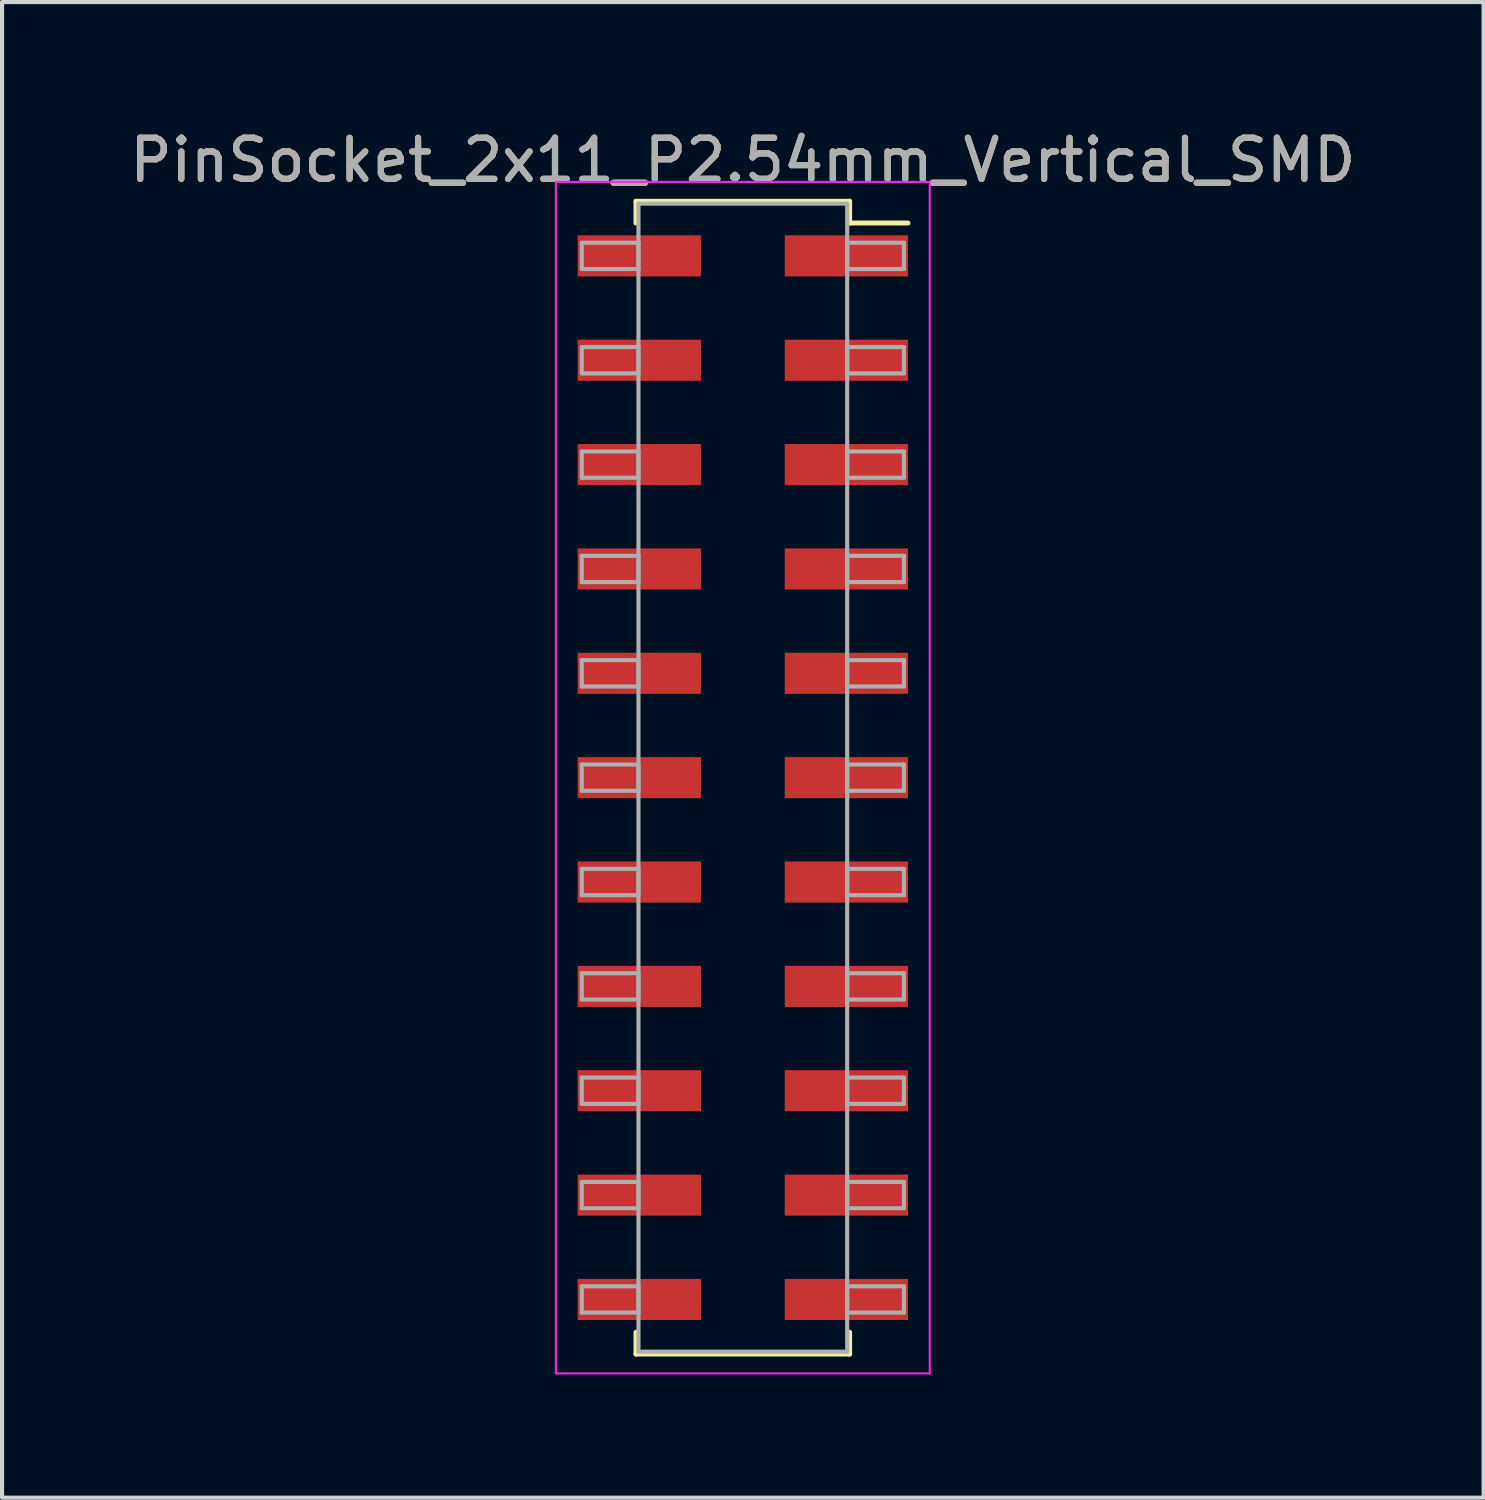
<source format=kicad_pcb>
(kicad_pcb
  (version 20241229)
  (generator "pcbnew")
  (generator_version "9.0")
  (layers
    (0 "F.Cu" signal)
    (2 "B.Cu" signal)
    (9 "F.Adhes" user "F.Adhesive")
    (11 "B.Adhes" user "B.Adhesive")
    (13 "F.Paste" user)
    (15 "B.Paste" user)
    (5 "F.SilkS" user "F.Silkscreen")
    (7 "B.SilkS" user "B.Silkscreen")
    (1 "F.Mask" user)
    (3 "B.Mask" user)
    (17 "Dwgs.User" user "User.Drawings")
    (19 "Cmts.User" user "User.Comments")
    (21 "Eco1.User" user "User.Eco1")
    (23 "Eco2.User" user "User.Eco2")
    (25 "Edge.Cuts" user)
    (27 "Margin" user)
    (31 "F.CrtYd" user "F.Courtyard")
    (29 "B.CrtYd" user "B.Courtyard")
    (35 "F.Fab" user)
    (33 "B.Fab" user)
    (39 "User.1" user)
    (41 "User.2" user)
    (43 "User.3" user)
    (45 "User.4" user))
  (footprint "PinSocket_2x11_P2.54mm_Vertical_SMD"
    (layer "F.Cu")
    (at 15.03 15.878)
    (property "Reference" "PinSocket_2x11_P2.54mm_Vertical_SMD" (at 0 -15.03 0) (layer "F.SilkS") (effects (font (size 1 1) (thickness 0.15))))
    (attr smd)
    (fp_line (start -2.6 -14.03) (end 2.6 -14.03) (stroke (width 0.12) (type solid)) (layer "F.SilkS"))
    (fp_line (start -2.6 -13.5) (end -2.6 -14.03) (stroke (width 0.12) (type solid)) (layer "F.SilkS"))
    (fp_line (start -2.6 13.5) (end -2.6 14.03) (stroke (width 0.12) (type solid)) (layer "F.SilkS"))
    (fp_line (start -2.6 14.03) (end 2.6 14.03) (stroke (width 0.12) (type solid)) (layer "F.SilkS"))
    (fp_line (start 2.6 -14.03) (end 2.6 -13.5) (stroke (width 0.12) (type solid)) (layer "F.SilkS"))
    (fp_line (start 2.6 14.03) (end 2.6 13.5) (stroke (width 0.12) (type solid)) (layer "F.SilkS"))
    (fp_line (start 4.02 -13.5) (end 2.6 -13.5) (stroke (width 0.12) (type solid)) (layer "F.SilkS"))
    (fp_line (start -4.55 -14.5) (end -4.55 14.5) (stroke (width 0.05) (type solid)) (layer "F.CrtYd"))
    (fp_line (start -4.55 14.5) (end 4.55 14.5) (stroke (width 0.05) (type solid)) (layer "F.CrtYd"))
    (fp_line (start 4.55 -14.5) (end -4.55 -14.5) (stroke (width 0.05) (type solid)) (layer "F.CrtYd"))
    (fp_line (start 4.55 14.5) (end 4.55 -14.5) (stroke (width 0.05) (type solid)) (layer "F.CrtYd"))
    (fp_line (start -3.92 -13.02) (end -2.54 -13.02) (stroke (width 0.1) (type solid)) (layer "F.Fab"))
    (fp_line (start -3.92 -12.38) (end -3.92 -13.02) (stroke (width 0.1) (type solid)) (layer "F.Fab"))
    (fp_line (start -3.92 -10.48) (end -2.54 -10.48) (stroke (width 0.1) (type solid)) (layer "F.Fab"))
    (fp_line (start -3.92 -9.84) (end -3.92 -10.48) (stroke (width 0.1) (type solid)) (layer "F.Fab"))
    (fp_line (start -3.92 -7.94) (end -2.54 -7.94) (stroke (width 0.1) (type solid)) (layer "F.Fab"))
    (fp_line (start -3.92 -7.3) (end -3.92 -7.94) (stroke (width 0.1) (type solid)) (layer "F.Fab"))
    (fp_line (start -3.92 -5.4) (end -2.54 -5.4) (stroke (width 0.1) (type solid)) (layer "F.Fab"))
    (fp_line (start -3.92 -4.76) (end -3.92 -5.4) (stroke (width 0.1) (type solid)) (layer "F.Fab"))
    (fp_line (start -3.92 -2.86) (end -2.54 -2.86) (stroke (width 0.1) (type solid)) (layer "F.Fab"))
    (fp_line (start -3.92 -2.22) (end -3.92 -2.86) (stroke (width 0.1) (type solid)) (layer "F.Fab"))
    (fp_line (start -3.92 -0.32) (end -2.54 -0.32) (stroke (width 0.1) (type solid)) (layer "F.Fab"))
    (fp_line (start -3.92 0.32) (end -3.92 -0.32) (stroke (width 0.1) (type solid)) (layer "F.Fab"))
    (fp_line (start -3.92 2.22) (end -2.54 2.22) (stroke (width 0.1) (type solid)) (layer "F.Fab"))
    (fp_line (start -3.92 2.86) (end -3.92 2.22) (stroke (width 0.1) (type solid)) (layer "F.Fab"))
    (fp_line (start -3.92 4.76) (end -2.54 4.76) (stroke (width 0.1) (type solid)) (layer "F.Fab"))
    (fp_line (start -3.92 5.4) (end -3.92 4.76) (stroke (width 0.1) (type solid)) (layer "F.Fab"))
    (fp_line (start -3.92 7.3) (end -2.54 7.3) (stroke (width 0.1) (type solid)) (layer "F.Fab"))
    (fp_line (start -3.92 7.94) (end -3.92 7.3) (stroke (width 0.1) (type solid)) (layer "F.Fab"))
    (fp_line (start -3.92 9.84) (end -2.54 9.84) (stroke (width 0.1) (type solid)) (layer "F.Fab"))
    (fp_line (start -3.92 10.48) (end -3.92 9.84) (stroke (width 0.1) (type solid)) (layer "F.Fab"))
    (fp_line (start -3.92 12.38) (end -2.54 12.38) (stroke (width 0.1) (type solid)) (layer "F.Fab"))
    (fp_line (start -3.92 13.02) (end -3.92 12.38) (stroke (width 0.1) (type solid)) (layer "F.Fab"))
    (fp_line (start -2.54 -13.97) (end -2.54 13.97) (stroke (width 0.1) (type solid)) (layer "F.Fab"))
    (fp_line (start -2.54 -13.02) (end -2.54 -12.38) (stroke (width 0.1) (type solid)) (layer "F.Fab"))
    (fp_line (start -2.54 -12.38) (end -3.92 -12.38) (stroke (width 0.1) (type solid)) (layer "F.Fab"))
    (fp_line (start -2.54 -10.48) (end -2.54 -9.84) (stroke (width 0.1) (type solid)) (layer "F.Fab"))
    (fp_line (start -2.54 -9.84) (end -3.92 -9.84) (stroke (width 0.1) (type solid)) (layer "F.Fab"))
    (fp_line (start -2.54 -7.94) (end -2.54 -7.3) (stroke (width 0.1) (type solid)) (layer "F.Fab"))
    (fp_line (start -2.54 -7.3) (end -3.92 -7.3) (stroke (width 0.1) (type solid)) (layer "F.Fab"))
    (fp_line (start -2.54 -5.4) (end -2.54 -4.76) (stroke (width 0.1) (type solid)) (layer "F.Fab"))
    (fp_line (start -2.54 -4.76) (end -3.92 -4.76) (stroke (width 0.1) (type solid)) (layer "F.Fab"))
    (fp_line (start -2.54 -2.86) (end -2.54 -2.22) (stroke (width 0.1) (type solid)) (layer "F.Fab"))
    (fp_line (start -2.54 -2.22) (end -3.92 -2.22) (stroke (width 0.1) (type solid)) (layer "F.Fab"))
    (fp_line (start -2.54 -0.32) (end -2.54 0.32) (stroke (width 0.1) (type solid)) (layer "F.Fab"))
    (fp_line (start -2.54 0.32) (end -3.92 0.32) (stroke (width 0.1) (type solid)) (layer "F.Fab"))
    (fp_line (start -2.54 2.22) (end -2.54 2.86) (stroke (width 0.1) (type solid)) (layer "F.Fab"))
    (fp_line (start -2.54 2.86) (end -3.92 2.86) (stroke (width 0.1) (type solid)) (layer "F.Fab"))
    (fp_line (start -2.54 4.76) (end -2.54 5.4) (stroke (width 0.1) (type solid)) (layer "F.Fab"))
    (fp_line (start -2.54 5.4) (end -3.92 5.4) (stroke (width 0.1) (type solid)) (layer "F.Fab"))
    (fp_line (start -2.54 7.3) (end -2.54 7.94) (stroke (width 0.1) (type solid)) (layer "F.Fab"))
    (fp_line (start -2.54 7.94) (end -3.92 7.94) (stroke (width 0.1) (type solid)) (layer "F.Fab"))
    (fp_line (start -2.54 9.84) (end -2.54 10.48) (stroke (width 0.1) (type solid)) (layer "F.Fab"))
    (fp_line (start -2.54 10.48) (end -3.92 10.48) (stroke (width 0.1) (type solid)) (layer "F.Fab"))
    (fp_line (start -2.54 12.38) (end -2.54 13.02) (stroke (width 0.1) (type solid)) (layer "F.Fab"))
    (fp_line (start -2.54 13.02) (end -3.92 13.02) (stroke (width 0.1) (type solid)) (layer "F.Fab"))
    (fp_line (start -2.54 13.97) (end 2.54 13.97) (stroke (width 0.1) (type solid)) (layer "F.Fab"))
    (fp_line (start 2.54 -13.97) (end -2.54 -13.97) (stroke (width 0.1) (type solid)) (layer "F.Fab"))
    (fp_line (start 2.54 -13.02) (end 2.54 -12.38) (stroke (width 0.1) (type solid)) (layer "F.Fab"))
    (fp_line (start 2.54 -12.38) (end 3.92 -12.38) (stroke (width 0.1) (type solid)) (layer "F.Fab"))
    (fp_line (start 2.54 -10.48) (end 2.54 -9.84) (stroke (width 0.1) (type solid)) (layer "F.Fab"))
    (fp_line (start 2.54 -9.84) (end 3.92 -9.84) (stroke (width 0.1) (type solid)) (layer "F.Fab"))
    (fp_line (start 2.54 -7.94) (end 2.54 -7.3) (stroke (width 0.1) (type solid)) (layer "F.Fab"))
    (fp_line (start 2.54 -7.3) (end 3.92 -7.3) (stroke (width 0.1) (type solid)) (layer "F.Fab"))
    (fp_line (start 2.54 -5.4) (end 2.54 -4.76) (stroke (width 0.1) (type solid)) (layer "F.Fab"))
    (fp_line (start 2.54 -4.76) (end 3.92 -4.76) (stroke (width 0.1) (type solid)) (layer "F.Fab"))
    (fp_line (start 2.54 -2.86) (end 2.54 -2.22) (stroke (width 0.1) (type solid)) (layer "F.Fab"))
    (fp_line (start 2.54 -2.22) (end 3.92 -2.22) (stroke (width 0.1) (type solid)) (layer "F.Fab"))
    (fp_line (start 2.54 -0.32) (end 2.54 0.32) (stroke (width 0.1) (type solid)) (layer "F.Fab"))
    (fp_line (start 2.54 0.32) (end 3.92 0.32) (stroke (width 0.1) (type solid)) (layer "F.Fab"))
    (fp_line (start 2.54 2.22) (end 2.54 2.86) (stroke (width 0.1) (type solid)) (layer "F.Fab"))
    (fp_line (start 2.54 2.86) (end 3.92 2.86) (stroke (width 0.1) (type solid)) (layer "F.Fab"))
    (fp_line (start 2.54 4.76) (end 2.54 5.4) (stroke (width 0.1) (type solid)) (layer "F.Fab"))
    (fp_line (start 2.54 5.4) (end 3.92 5.4) (stroke (width 0.1) (type solid)) (layer "F.Fab"))
    (fp_line (start 2.54 7.3) (end 2.54 7.94) (stroke (width 0.1) (type solid)) (layer "F.Fab"))
    (fp_line (start 2.54 7.94) (end 3.92 7.94) (stroke (width 0.1) (type solid)) (layer "F.Fab"))
    (fp_line (start 2.54 9.84) (end 2.54 10.48) (stroke (width 0.1) (type solid)) (layer "F.Fab"))
    (fp_line (start 2.54 10.48) (end 3.92 10.48) (stroke (width 0.1) (type solid)) (layer "F.Fab"))
    (fp_line (start 2.54 12.38) (end 2.54 13.02) (stroke (width 0.1) (type solid)) (layer "F.Fab"))
    (fp_line (start 2.54 13.02) (end 3.92 13.02) (stroke (width 0.1) (type solid)) (layer "F.Fab"))
    (fp_line (start 2.54 13.97) (end 2.54 -13.97) (stroke (width 0.1) (type solid)) (layer "F.Fab"))
    (fp_line (start 3.92 -13.02) (end 2.54 -13.02) (stroke (width 0.1) (type solid)) (layer "F.Fab"))
    (fp_line (start 3.92 -12.38) (end 3.92 -13.02) (stroke (width 0.1) (type solid)) (layer "F.Fab"))
    (fp_line (start 3.92 -10.48) (end 2.54 -10.48) (stroke (width 0.1) (type solid)) (layer "F.Fab"))
    (fp_line (start 3.92 -9.84) (end 3.92 -10.48) (stroke (width 0.1) (type solid)) (layer "F.Fab"))
    (fp_line (start 3.92 -7.94) (end 2.54 -7.94) (stroke (width 0.1) (type solid)) (layer "F.Fab"))
    (fp_line (start 3.92 -7.3) (end 3.92 -7.94) (stroke (width 0.1) (type solid)) (layer "F.Fab"))
    (fp_line (start 3.92 -5.4) (end 2.54 -5.4) (stroke (width 0.1) (type solid)) (layer "F.Fab"))
    (fp_line (start 3.92 -4.76) (end 3.92 -5.4) (stroke (width 0.1) (type solid)) (layer "F.Fab"))
    (fp_line (start 3.92 -2.86) (end 2.54 -2.86) (stroke (width 0.1) (type solid)) (layer "F.Fab"))
    (fp_line (start 3.92 -2.22) (end 3.92 -2.86) (stroke (width 0.1) (type solid)) (layer "F.Fab"))
    (fp_line (start 3.92 -0.32) (end 2.54 -0.32) (stroke (width 0.1) (type solid)) (layer "F.Fab"))
    (fp_line (start 3.92 0.32) (end 3.92 -0.32) (stroke (width 0.1) (type solid)) (layer "F.Fab"))
    (fp_line (start 3.92 2.22) (end 2.54 2.22) (stroke (width 0.1) (type solid)) (layer "F.Fab"))
    (fp_line (start 3.92 2.86) (end 3.92 2.22) (stroke (width 0.1) (type solid)) (layer "F.Fab"))
    (fp_line (start 3.92 4.76) (end 2.54 4.76) (stroke (width 0.1) (type solid)) (layer "F.Fab"))
    (fp_line (start 3.92 5.4) (end 3.92 4.76) (stroke (width 0.1) (type solid)) (layer "F.Fab"))
    (fp_line (start 3.92 7.3) (end 2.54 7.3) (stroke (width 0.1) (type solid)) (layer "F.Fab"))
    (fp_line (start 3.92 7.94) (end 3.92 7.3) (stroke (width 0.1) (type solid)) (layer "F.Fab"))
    (fp_line (start 3.92 9.84) (end 2.54 9.84) (stroke (width 0.1) (type solid)) (layer "F.Fab"))
    (fp_line (start 3.92 10.48) (end 3.92 9.84) (stroke (width 0.1) (type solid)) (layer "F.Fab"))
    (fp_line (start 3.92 12.38) (end 2.54 12.38) (stroke (width 0.1) (type solid)) (layer "F.Fab"))
    (fp_line (start 3.92 13.02) (end 3.92 12.38) (stroke (width 0.1) (type solid)) (layer "F.Fab"))
    (fp_text user "${REFERENCE}" (at 0 -15.03 0) (layer "F.Fab") (effects (font (size 1 1) (thickness 0.15))))
    (pad "1" smd rect (at 2.52 -12.7) (size 3 1) (layers "F.Cu" "F.Mask" "F.Paste"))
    (pad "2" smd rect (at -2.52 -12.7) (size 3 1) (layers "F.Cu" "F.Mask" "F.Paste"))
    (pad "3" smd rect (at 2.52 -10.16) (size 3 1) (layers "F.Cu" "F.Mask" "F.Paste"))
    (pad "4" smd rect (at -2.52 -10.16) (size 3 1) (layers "F.Cu" "F.Mask" "F.Paste"))
    (pad "5" smd rect (at 2.52 -7.62) (size 3 1) (layers "F.Cu" "F.Mask" "F.Paste"))
    (pad "6" smd rect (at -2.52 -7.62) (size 3 1) (layers "F.Cu" "F.Mask" "F.Paste"))
    (pad "7" smd rect (at 2.52 -5.08) (size 3 1) (layers "F.Cu" "F.Mask" "F.Paste"))
    (pad "8" smd rect (at -2.52 -5.08) (size 3 1) (layers "F.Cu" "F.Mask" "F.Paste"))
    (pad "9" smd rect (at 2.52 -2.54) (size 3 1) (layers "F.Cu" "F.Mask" "F.Paste"))
    (pad "10" smd rect (at -2.52 -2.54) (size 3 1) (layers "F.Cu" "F.Mask" "F.Paste"))
    (pad "11" smd rect (at 2.52 0) (size 3 1) (layers "F.Cu" "F.Mask" "F.Paste"))
    (pad "12" smd rect (at -2.52 0) (size 3 1) (layers "F.Cu" "F.Mask" "F.Paste"))
    (pad "13" smd rect (at 2.52 2.54) (size 3 1) (layers "F.Cu" "F.Mask" "F.Paste"))
    (pad "14" smd rect (at -2.52 2.54) (size 3 1) (layers "F.Cu" "F.Mask" "F.Paste"))
    (pad "15" smd rect (at 2.52 5.08) (size 3 1) (layers "F.Cu" "F.Mask" "F.Paste"))
    (pad "16" smd rect (at -2.52 5.08) (size 3 1) (layers "F.Cu" "F.Mask" "F.Paste"))
    (pad "17" smd rect (at 2.52 7.62) (size 3 1) (layers "F.Cu" "F.Mask" "F.Paste"))
    (pad "18" smd rect (at -2.52 7.62) (size 3 1) (layers "F.Cu" "F.Mask" "F.Paste"))
    (pad "19" smd rect (at 2.52 10.16) (size 3 1) (layers "F.Cu" "F.Mask" "F.Paste"))
    (pad "20" smd rect (at -2.52 10.16) (size 3 1) (layers "F.Cu" "F.Mask" "F.Paste"))
    (pad "21" smd rect (at 2.52 12.7) (size 3 1) (layers "F.Cu" "F.Mask" "F.Paste"))
    (pad "22" smd rect (at -2.52 12.7) (size 3 1) (layers "F.Cu" "F.Mask" "F.Paste")))
  (gr_rect
    (start -3 -3)
    (end 33.06 33.403)
    (stroke (width 0.1) (type default))
    (fill no)
    (layer "Edge.Cuts")))
</source>
